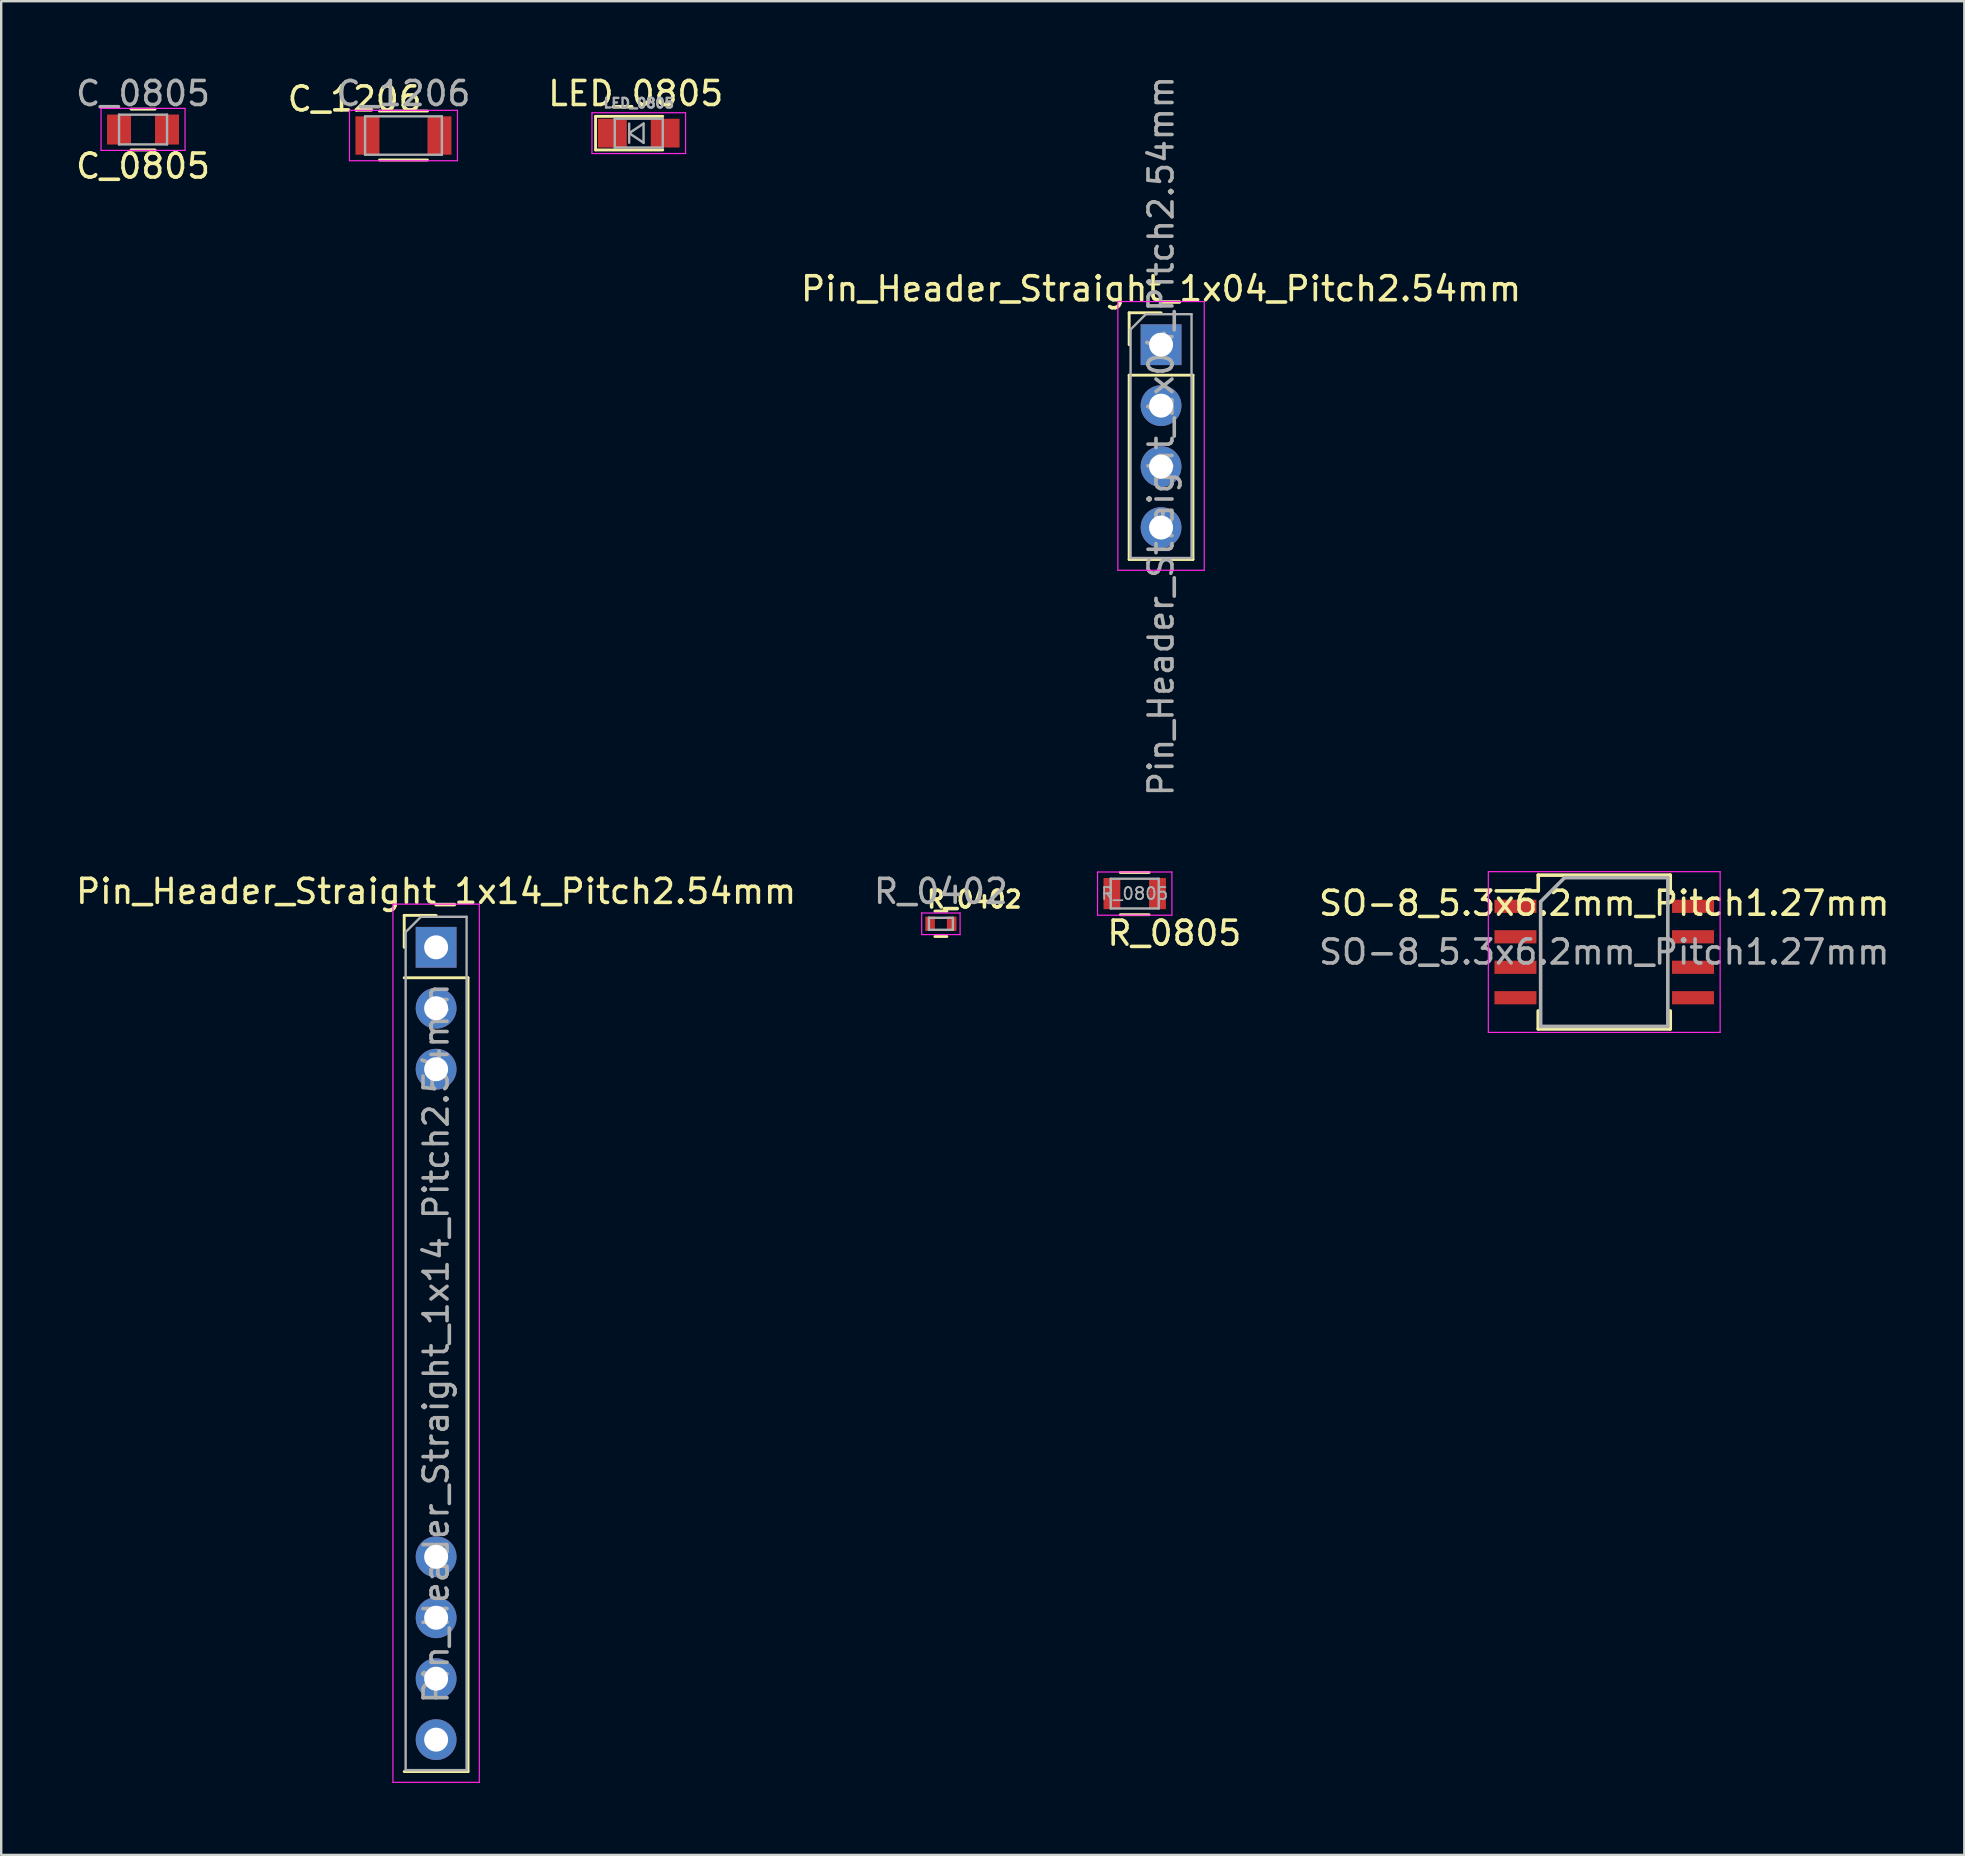
<source format=kicad_pcb>
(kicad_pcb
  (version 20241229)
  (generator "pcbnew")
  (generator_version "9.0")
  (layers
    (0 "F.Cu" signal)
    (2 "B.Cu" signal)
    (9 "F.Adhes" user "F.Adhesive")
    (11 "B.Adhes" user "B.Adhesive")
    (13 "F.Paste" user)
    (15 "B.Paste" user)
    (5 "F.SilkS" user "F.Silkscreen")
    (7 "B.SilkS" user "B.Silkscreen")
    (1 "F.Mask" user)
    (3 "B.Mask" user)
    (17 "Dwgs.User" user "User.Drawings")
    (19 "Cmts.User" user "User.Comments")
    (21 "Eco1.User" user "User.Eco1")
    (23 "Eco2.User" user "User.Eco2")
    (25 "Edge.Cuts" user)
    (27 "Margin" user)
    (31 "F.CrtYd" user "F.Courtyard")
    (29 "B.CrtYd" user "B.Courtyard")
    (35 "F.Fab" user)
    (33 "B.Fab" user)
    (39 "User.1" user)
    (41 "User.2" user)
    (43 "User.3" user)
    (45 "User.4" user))
  (footprint "SO-8_5.3x6.2mm_Pitch1.27mm"
    (layer "F.Cu")
    (at 63.805 36.625)
    (property "Reference" "SO-8_5.3x6.2mm_Pitch1.27mm" (at 0 -2.032 0) (layer "F.SilkS") (effects (font (size 1 1) (thickness 0.15))))
    (attr smd)
    (fp_line (start -2.75 -3.205) (end -2.75 -2.55) (stroke (width 0.15) (type solid)) (layer "F.SilkS"))
    (fp_line (start -2.75 -3.205) (end 2.75 -3.205) (stroke (width 0.15) (type solid)) (layer "F.SilkS"))
    (fp_line (start -2.75 -2.55) (end -4.5 -2.55) (stroke (width 0.15) (type solid)) (layer "F.SilkS"))
    (fp_line (start -2.75 3.205) (end -2.75 2.455) (stroke (width 0.15) (type solid)) (layer "F.SilkS"))
    (fp_line (start -2.75 3.205) (end 2.75 3.205) (stroke (width 0.15) (type solid)) (layer "F.SilkS"))
    (fp_line (start 2.75 -3.205) (end 2.75 -2.455) (stroke (width 0.15) (type solid)) (layer "F.SilkS"))
    (fp_line (start 2.75 3.205) (end 2.75 2.455) (stroke (width 0.15) (type solid)) (layer "F.SilkS"))
    (fp_line (start -4.83 -3.35) (end -4.83 3.35) (stroke (width 0.05) (type solid)) (layer "F.CrtYd"))
    (fp_line (start -4.83 -3.35) (end 4.83 -3.35) (stroke (width 0.05) (type solid)) (layer "F.CrtYd"))
    (fp_line (start -4.83 3.35) (end 4.83 3.35) (stroke (width 0.05) (type solid)) (layer "F.CrtYd"))
    (fp_line (start 4.83 -3.35) (end 4.83 3.35) (stroke (width 0.05) (type solid)) (layer "F.CrtYd"))
    (fp_line (start -2.65 -2.1) (end -1.65 -3.1) (stroke (width 0.15) (type solid)) (layer "F.Fab"))
    (fp_line (start -2.65 3.1) (end -2.65 -2.1) (stroke (width 0.15) (type solid)) (layer "F.Fab"))
    (fp_line (start -1.65 -3.1) (end 2.65 -3.1) (stroke (width 0.15) (type solid)) (layer "F.Fab"))
    (fp_line (start 2.65 -3.1) (end 2.65 3.1) (stroke (width 0.15) (type solid)) (layer "F.Fab"))
    (fp_line (start 2.65 3.1) (end -2.65 3.1) (stroke (width 0.15) (type solid)) (layer "F.Fab"))
    (fp_text user "${REFERENCE}" (at 0 0 0) (layer "F.Fab") (effects (font (size 1 1) (thickness 0.15))))
    (pad "1" smd rect (at -3.7 -1.905) (size 1.75 0.55) (layers "F.Cu" "F.Mask" "F.Paste"))
    (pad "2" smd rect (at -3.7 -0.635) (size 1.75 0.55) (layers "F.Cu" "F.Mask" "F.Paste"))
    (pad "3" smd rect (at -3.7 0.635) (size 1.75 0.55) (layers "F.Cu" "F.Mask" "F.Paste"))
    (pad "4" smd rect (at -3.7 1.905) (size 1.75 0.55) (layers "F.Cu" "F.Mask" "F.Paste"))
    (pad "5" smd rect (at 3.7 1.905) (size 1.75 0.55) (layers "F.Cu" "F.Mask" "F.Paste"))
    (pad "6" smd rect (at 3.7 0.635) (size 1.75 0.55) (layers "F.Cu" "F.Mask" "F.Paste"))
    (pad "7" smd rect (at 3.7 -0.635) (size 1.75 0.55) (layers "F.Cu" "F.Mask" "F.Paste"))
    (pad "8" smd rect (at 3.7 -1.905) (size 1.75 0.55) (layers "F.Cu" "F.Mask" "F.Paste")))
  (footprint "C_0805"
    (layer "F.Cu")
    (at 2.911 2.348)
    (property "Reference" "C_0805" (at 0 1.524 0) (layer "F.SilkS") (effects (font (size 1 1) (thickness 0.15))))
    (attr smd)
    (fp_line (start -0.5 0.85) (end 0.5 0.85) (stroke (width 0.12) (type solid)) (layer "F.SilkS"))
    (fp_line (start 0.5 -0.85) (end -0.5 -0.85) (stroke (width 0.12) (type solid)) (layer "F.SilkS"))
    (fp_line (start -1.75 -0.88) (end -1.75 0.87) (stroke (width 0.05) (type solid)) (layer "F.CrtYd"))
    (fp_line (start -1.75 -0.88) (end 1.75 -0.88) (stroke (width 0.05) (type solid)) (layer "F.CrtYd"))
    (fp_line (start 1.75 0.87) (end -1.75 0.87) (stroke (width 0.05) (type solid)) (layer "F.CrtYd"))
    (fp_line (start 1.75 0.87) (end 1.75 -0.88) (stroke (width 0.05) (type solid)) (layer "F.CrtYd"))
    (fp_line (start -1 -0.62) (end 1 -0.62) (stroke (width 0.1) (type solid)) (layer "F.Fab"))
    (fp_line (start -1 0.62) (end -1 -0.62) (stroke (width 0.1) (type solid)) (layer "F.Fab"))
    (fp_line (start 1 -0.62) (end 1 0.62) (stroke (width 0.1) (type solid)) (layer "F.Fab"))
    (fp_line (start 1 0.62) (end -1 0.62) (stroke (width 0.1) (type solid)) (layer "F.Fab"))
    (fp_text user "${REFERENCE}" (at 0 -1.5 0) (layer "F.Fab") (effects (font (size 1 1) (thickness 0.15))))
    (pad "1" smd rect (at -1 0) (size 1 1.25) (layers "F.Cu" "F.Mask" "F.Paste"))
    (pad "2" smd rect (at 1 0) (size 1 1.25) (layers "F.Cu" "F.Mask" "F.Paste")))
  (footprint "Pin_Header_Straight_1x04_Pitch2.54mm"
    (layer "F.Cu")
    (at 45.336 11.315)
    (property "Reference" "Pin_Header_Straight_1x04_Pitch2.54mm" (at 0 -2.33 0) (layer "F.SilkS") (effects (font (size 1 1) (thickness 0.15))))
    (attr through_hole)
    (fp_line (start -1.33 -1.33) (end 0 -1.33) (stroke (width 0.12) (type solid)) (layer "F.SilkS"))
    (fp_line (start -1.33 0) (end -1.33 -1.33) (stroke (width 0.12) (type solid)) (layer "F.SilkS"))
    (fp_line (start -1.33 1.27) (end -1.33 8.95) (stroke (width 0.12) (type solid)) (layer "F.SilkS"))
    (fp_line (start -1.33 1.27) (end 1.33 1.27) (stroke (width 0.12) (type solid)) (layer "F.SilkS"))
    (fp_line (start -1.33 8.95) (end 1.33 8.95) (stroke (width 0.12) (type solid)) (layer "F.SilkS"))
    (fp_line (start 1.33 1.27) (end 1.33 8.95) (stroke (width 0.12) (type solid)) (layer "F.SilkS"))
    (fp_line (start -1.8 -1.8) (end -1.8 9.4) (stroke (width 0.05) (type solid)) (layer "F.CrtYd"))
    (fp_line (start -1.8 9.4) (end 1.8 9.4) (stroke (width 0.05) (type solid)) (layer "F.CrtYd"))
    (fp_line (start 1.8 -1.8) (end -1.8 -1.8) (stroke (width 0.05) (type solid)) (layer "F.CrtYd"))
    (fp_line (start 1.8 9.4) (end 1.8 -1.8) (stroke (width 0.05) (type solid)) (layer "F.CrtYd"))
    (fp_line (start -1.27 -0.635) (end -0.635 -1.27) (stroke (width 0.1) (type solid)) (layer "F.Fab"))
    (fp_line (start -1.27 8.89) (end -1.27 -0.635) (stroke (width 0.1) (type solid)) (layer "F.Fab"))
    (fp_line (start -0.635 -1.27) (end 1.27 -1.27) (stroke (width 0.1) (type solid)) (layer "F.Fab"))
    (fp_line (start 1.27 -1.27) (end 1.27 8.89) (stroke (width 0.1) (type solid)) (layer "F.Fab"))
    (fp_line (start 1.27 8.89) (end -1.27 8.89) (stroke (width 0.1) (type solid)) (layer "F.Fab"))
    (fp_text user "${REFERENCE}" (at 0 3.81 90) (layer "F.Fab") (effects (font (size 1 1) (thickness 0.15))))
    (pad "1" thru_hole rect (at 0 0) (size 1.7 1.7) (drill 1) (layers "*.Cu" "*.Mask"))
    (pad "2" thru_hole oval (at 0 2.54) (size 1.7 1.7) (drill 1) (layers "*.Cu" "*.Mask"))
    (pad "3" thru_hole oval (at 0 5.08) (size 1.7 1.7) (drill 1) (layers "*.Cu" "*.Mask"))
    (pad "4" thru_hole oval (at 0 7.62) (size 1.7 1.7) (drill 1) (layers "*.Cu" "*.Mask")))
  (footprint "Pin_Header_Straight_1x14_Pitch2.54mm"
    (layer "F.Cu")
    (at 15.125 36.428)
    (property "Reference" "Pin_Header_Straight_1x14_Pitch2.54mm" (at 0 -2.33 0) (layer "F.SilkS") (effects (font (size 1 1) (thickness 0.15))))
    (attr through_hole)
    (fp_line (start -1.33 -1.33) (end 0 -1.33) (stroke (width 0.12) (type solid)) (layer "F.SilkS"))
    (fp_line (start -1.33 0) (end -1.33 -1.33) (stroke (width 0.12) (type solid)) (layer "F.SilkS"))
    (fp_line (start -1.33 1.27) (end 1.33 1.27) (stroke (width 0.12) (type solid)) (layer "F.SilkS"))
    (fp_line (start -1.33 34.35) (end 1.33 34.35) (stroke (width 0.12) (type solid)) (layer "F.SilkS"))
    (fp_line (start 1.33 1.27) (end 1.33 34.35) (stroke (width 0.12) (type solid)) (layer "F.SilkS"))
    (fp_line (start -1.8 -1.8) (end -1.8 34.8) (stroke (width 0.05) (type solid)) (layer "F.CrtYd"))
    (fp_line (start -1.8 34.8) (end 1.8 34.8) (stroke (width 0.05) (type solid)) (layer "F.CrtYd"))
    (fp_line (start 1.8 -1.8) (end -1.8 -1.8) (stroke (width 0.05) (type solid)) (layer "F.CrtYd"))
    (fp_line (start 1.8 34.8) (end 1.8 -1.8) (stroke (width 0.05) (type solid)) (layer "F.CrtYd"))
    (fp_line (start -1.27 -0.635) (end -0.635 -1.27) (stroke (width 0.1) (type solid)) (layer "F.Fab"))
    (fp_line (start -1.27 34.29) (end -1.27 -0.635) (stroke (width 0.1) (type solid)) (layer "F.Fab"))
    (fp_line (start -0.635 -1.27) (end 1.27 -1.27) (stroke (width 0.1) (type solid)) (layer "F.Fab"))
    (fp_line (start 1.27 -1.27) (end 1.27 34.29) (stroke (width 0.1) (type solid)) (layer "F.Fab"))
    (fp_line (start 1.27 34.29) (end -1.27 34.29) (stroke (width 0.1) (type solid)) (layer "F.Fab"))
    (fp_text user "${REFERENCE}" (at 0 16.51 90) (layer "F.Fab") (effects (font (size 1 1) (thickness 0.15))))
    (pad "1" thru_hole rect (at 0 0) (size 1.7 1.7) (drill 1) (layers "*.Cu" "*.Mask"))
    (pad "2" thru_hole oval (at 0 2.54) (size 1.7 1.7) (drill 1) (layers "*.Cu" "*.Mask"))
    (pad "3" thru_hole oval (at 0 5.08) (size 1.7 1.7) (drill 1) (layers "*.Cu" "*.Mask"))
    (pad "11" thru_hole oval (at 0 25.4) (size 1.7 1.7) (drill 1) (layers "*.Cu" "*.Mask"))
    (pad "12" thru_hole oval (at 0 27.94) (size 1.7 1.7) (drill 1) (layers "*.Cu" "*.Mask"))
    (pad "13" thru_hole oval (at 0 30.48) (size 1.7 1.7) (drill 1) (layers "*.Cu" "*.Mask"))
    (pad "14" thru_hole oval (at 0 33.02) (size 1.7 1.7) (drill 1) (layers "*.Cu" "*.Mask")))
  (footprint "R_0805"
    (layer "F.Cu")
    (at 44.238 34.19)
    (property "Reference" "R_0805" (at 1.651 1.651 0) (layer "F.SilkS") (effects (font (size 1 1) (thickness 0.15))))
    (attr smd)
    (fp_line (start -0.6 -0.88) (end 0.6 -0.88) (stroke (width 0.12) (type solid)) (layer "F.SilkS"))
    (fp_line (start 0.6 0.88) (end -0.6 0.88) (stroke (width 0.12) (type solid)) (layer "F.SilkS"))
    (fp_line (start -1.55 -0.9) (end -1.55 0.9) (stroke (width 0.05) (type solid)) (layer "F.CrtYd"))
    (fp_line (start -1.55 -0.9) (end 1.55 -0.9) (stroke (width 0.05) (type solid)) (layer "F.CrtYd"))
    (fp_line (start 1.55 0.9) (end -1.55 0.9) (stroke (width 0.05) (type solid)) (layer "F.CrtYd"))
    (fp_line (start 1.55 0.9) (end 1.55 -0.9) (stroke (width 0.05) (type solid)) (layer "F.CrtYd"))
    (fp_line (start -1 -0.62) (end 1 -0.62) (stroke (width 0.1) (type solid)) (layer "F.Fab"))
    (fp_line (start -1 0.62) (end -1 -0.62) (stroke (width 0.1) (type solid)) (layer "F.Fab"))
    (fp_line (start 1 -0.62) (end 1 0.62) (stroke (width 0.1) (type solid)) (layer "F.Fab"))
    (fp_line (start 1 0.62) (end -1 0.62) (stroke (width 0.1) (type solid)) (layer "F.Fab"))
    (fp_text user "${REFERENCE}" (at 0 0 0) (layer "F.Fab") (effects (font (size 0.5 0.5) (thickness 0.075))))
    (pad "1" smd rect (at -0.95 0) (size 0.7 1.3) (layers "F.Cu" "F.Mask" "F.Paste"))
    (pad "2" smd rect (at 0.95 0) (size 0.7 1.3) (layers "F.Cu" "F.Mask" "F.Paste")))
  (footprint "LED_0805"
    (layer "F.Cu")
    (at 23.57 2.499)
    (property "Reference" "LED_0805" (at -0.127 -1.651 0) (layer "F.SilkS") (effects (font (size 1 1) (thickness 0.15))))
    (attr smd)
    (fp_line (start -1.8 -0.7) (end -1.8 0.7) (stroke (width 0.12) (type solid)) (layer "F.SilkS"))
    (fp_line (start -1.8 -0.7) (end 1 -0.7) (stroke (width 0.12) (type solid)) (layer "F.SilkS"))
    (fp_line (start -1.8 0.7) (end 1 0.7) (stroke (width 0.12) (type solid)) (layer "F.SilkS"))
    (fp_line (start -1.95 -0.85) (end 1.95 -0.85) (stroke (width 0.05) (type solid)) (layer "F.CrtYd"))
    (fp_line (start -1.95 0.85) (end -1.95 -0.85) (stroke (width 0.05) (type solid)) (layer "F.CrtYd"))
    (fp_line (start 1.95 -0.85) (end 1.95 0.85) (stroke (width 0.05) (type solid)) (layer "F.CrtYd"))
    (fp_line (start 1.95 0.85) (end -1.95 0.85) (stroke (width 0.05) (type solid)) (layer "F.CrtYd"))
    (fp_line (start -1 -0.6) (end 1 -0.6) (stroke (width 0.1) (type solid)) (layer "F.Fab"))
    (fp_line (start -1 0.6) (end -1 -0.6) (stroke (width 0.1) (type solid)) (layer "F.Fab"))
    (fp_line (start -0.4 -0.4) (end -0.4 0.4) (stroke (width 0.1) (type solid)) (layer "F.Fab"))
    (fp_line (start -0.4 0) (end 0.2 -0.4) (stroke (width 0.1) (type solid)) (layer "F.Fab"))
    (fp_line (start 0.2 -0.4) (end 0.2 0.4) (stroke (width 0.1) (type solid)) (layer "F.Fab"))
    (fp_line (start 0.2 0.4) (end -0.4 0) (stroke (width 0.1) (type solid)) (layer "F.Fab"))
    (fp_line (start 1 -0.6) (end 1 0.6) (stroke (width 0.1) (type solid)) (layer "F.Fab"))
    (fp_line (start 1 0.6) (end -1 0.6) (stroke (width 0.1) (type solid)) (layer "F.Fab"))
    (fp_text user "${REFERENCE}" (at 0 -1.25 0) (layer "F.Fab") (effects (font (size 0.4 0.4) (thickness 0.1))))
    (pad "1" smd rect (at -1.1 0 180) (size 1.2 1.2) (layers "F.Cu" "F.Mask" "F.Paste"))
    (pad "2" smd rect (at 1.1 0 180) (size 1.2 1.2) (layers "F.Cu" "F.Mask" "F.Paste")))
  (footprint "C_1206"
    (layer "F.Cu")
    (at 13.764 2.598)
    (property "Reference" "C_1206" (at -2.032 -1.524 0) (layer "F.SilkS") (effects (font (size 1 1) (thickness 0.15))))
    (attr smd)
    (fp_line (start -1 1.02) (end 1 1.02) (stroke (width 0.12) (type solid)) (layer "F.SilkS"))
    (fp_line (start 1 -1.02) (end -1 -1.02) (stroke (width 0.12) (type solid)) (layer "F.SilkS"))
    (fp_line (start -2.25 -1.05) (end -2.25 1.05) (stroke (width 0.05) (type solid)) (layer "F.CrtYd"))
    (fp_line (start -2.25 -1.05) (end 2.25 -1.05) (stroke (width 0.05) (type solid)) (layer "F.CrtYd"))
    (fp_line (start 2.25 1.05) (end -2.25 1.05) (stroke (width 0.05) (type solid)) (layer "F.CrtYd"))
    (fp_line (start 2.25 1.05) (end 2.25 -1.05) (stroke (width 0.05) (type solid)) (layer "F.CrtYd"))
    (fp_line (start -1.6 -0.8) (end 1.6 -0.8) (stroke (width 0.1) (type solid)) (layer "F.Fab"))
    (fp_line (start -1.6 0.8) (end -1.6 -0.8) (stroke (width 0.1) (type solid)) (layer "F.Fab"))
    (fp_line (start 1.6 -0.8) (end 1.6 0.8) (stroke (width 0.1) (type solid)) (layer "F.Fab"))
    (fp_line (start 1.6 0.8) (end -1.6 0.8) (stroke (width 0.1) (type solid)) (layer "F.Fab"))
    (fp_text user "${REFERENCE}" (at 0 -1.75 0) (layer "F.Fab") (effects (font (size 1 1) (thickness 0.15))))
    (pad "1" smd rect (at -1.5 0) (size 1 1.6) (layers "F.Cu" "F.Mask" "F.Paste"))
    (pad "2" smd rect (at 1.5 0) (size 1 1.6) (layers "F.Cu" "F.Mask" "F.Paste")))
  (footprint "R_0402"
    (layer "F.Cu")
    (at 36.161 35.448)
    (property "Reference" "R_0402" (at 1.397 -1.016 0) (layer "F.SilkS") (effects (font (size 0.7 0.7) (thickness 0.15))))
    (attr smd)
    (fp_line (start -0.25 0.53) (end 0.25 0.53) (stroke (width 0.12) (type solid)) (layer "F.SilkS"))
    (fp_line (start 0.25 -0.53) (end -0.25 -0.53) (stroke (width 0.12) (type solid)) (layer "F.SilkS"))
    (fp_line (start -0.8 -0.45) (end -0.8 0.45) (stroke (width 0.05) (type solid)) (layer "F.CrtYd"))
    (fp_line (start -0.8 -0.45) (end 0.8 -0.45) (stroke (width 0.05) (type solid)) (layer "F.CrtYd"))
    (fp_line (start 0.8 0.45) (end -0.8 0.45) (stroke (width 0.05) (type solid)) (layer "F.CrtYd"))
    (fp_line (start 0.8 0.45) (end 0.8 -0.45) (stroke (width 0.05) (type solid)) (layer "F.CrtYd"))
    (fp_line (start -0.5 -0.25) (end 0.5 -0.25) (stroke (width 0.1) (type solid)) (layer "F.Fab"))
    (fp_line (start -0.5 0.25) (end -0.5 -0.25) (stroke (width 0.1) (type solid)) (layer "F.Fab"))
    (fp_line (start 0.5 -0.25) (end 0.5 0.25) (stroke (width 0.1) (type solid)) (layer "F.Fab"))
    (fp_line (start 0.5 0.25) (end -0.5 0.25) (stroke (width 0.1) (type solid)) (layer "F.Fab"))
    (fp_text user "${REFERENCE}" (at 0 -1.35 0) (layer "F.Fab") (effects (font (size 1 1) (thickness 0.15))))
    (pad "1" smd rect (at -0.45 0) (size 0.4 0.6) (layers "F.Cu" "F.Mask" "F.Paste"))
    (pad "2" smd rect (at 0.45 0) (size 0.4 0.6) (layers "F.Cu" "F.Mask" "F.Paste")))
  (gr_rect
    (start -3 -3)
    (end 78.811 74.253)
    (stroke (width 0.1) (type default))
    (fill no)
    (layer "Edge.Cuts")))
</source>
